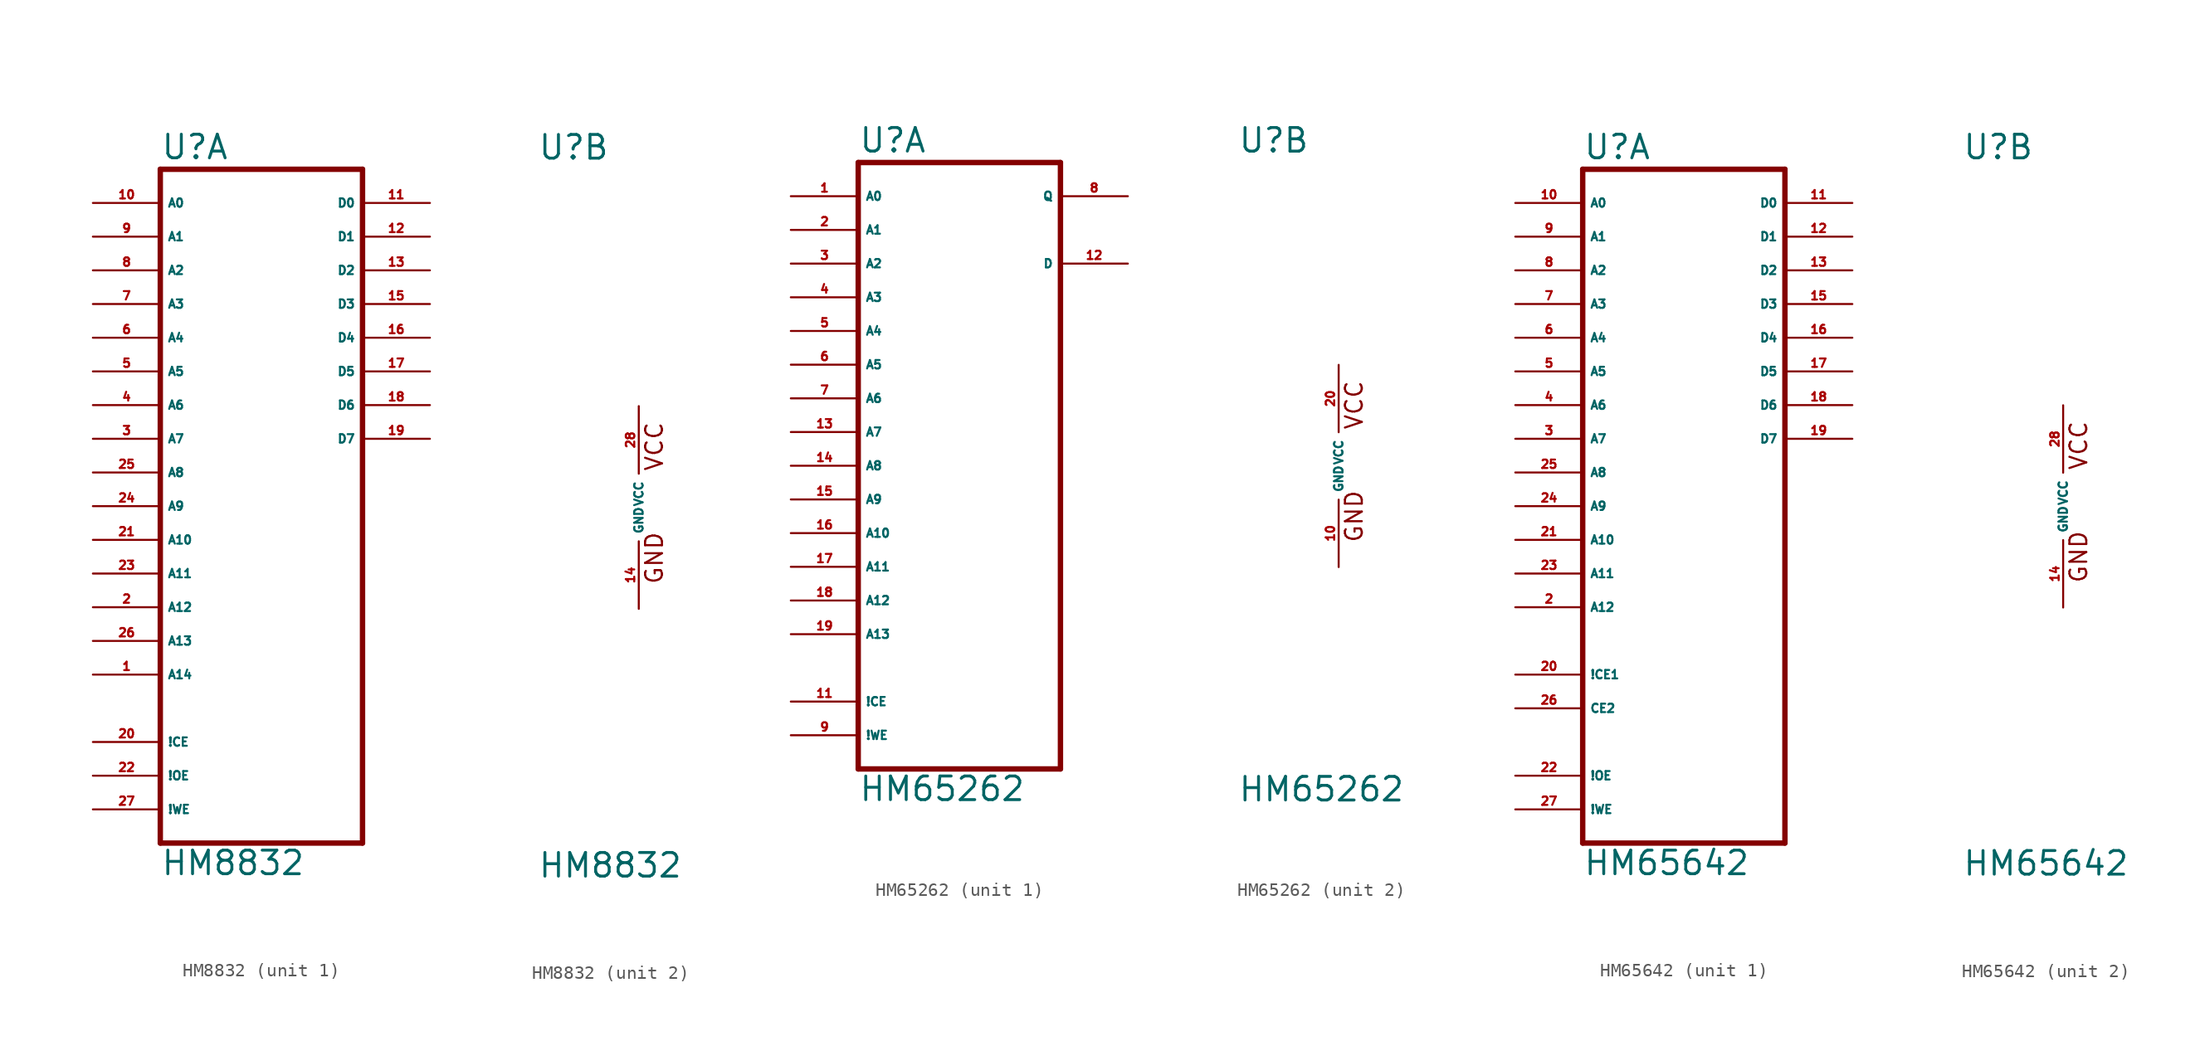
<source format=kicad_sym>
(kicad_symbol_lib
  (version 20220914)
  (generator Eagle2Kicad)
  (symbol "HM8832"
    (property "Reference" "U"
      (at -7.62 26.035 0)
      (effects (font (size 1.778 1.778) (thickness 0.22)) (justify left bottom)))
    (property "Value" "HM8832"
      (at -7.62 -27.94 0)
      (effects (font (size 1.778 1.778) (thickness 0.22)) (justify left bottom)))
    (symbol "HM8832_1_0"
      (polyline (pts (xy -7.62 -25.4) (xy 7.62 -25.4)) (stroke (width 0.406) (type default)) (fill (type none)))
      (polyline (pts (xy 7.62 -25.4) (xy 7.62 25.4)) (stroke (width 0.406) (type default)) (fill (type none)))
      (polyline (pts (xy 7.62 25.4) (xy -7.62 25.4)) (stroke (width 0.406) (type default)) (fill (type none)))
      (polyline (pts (xy -7.62 25.4) (xy -7.62 -25.4)) (stroke (width 0.406) (type default)) (fill (type none)))
      (pin input line (at -12.7 -12.7 0) (length 5.08) (name "A14" (effects (font (size 0.635 0.635) (thickness 0.08)) (justify left bottom))) (number "1" (effects (font (size 0.635 0.635) (thickness 0.08)) (justify left bottom))))
      (pin input line (at -12.7 -7.62 0) (length 5.08) (name "A12" (effects (font (size 0.635 0.635) (thickness 0.08)) (justify left bottom))) (number "2" (effects (font (size 0.635 0.635) (thickness 0.08)) (justify left bottom))))
      (pin input line (at -12.7 5.08 0) (length 5.08) (name "A7" (effects (font (size 0.635 0.635) (thickness 0.08)) (justify left bottom))) (number "3" (effects (font (size 0.635 0.635) (thickness 0.08)) (justify left bottom))))
      (pin input line (at -12.7 7.62 0) (length 5.08) (name "A6" (effects (font (size 0.635 0.635) (thickness 0.08)) (justify left bottom))) (number "4" (effects (font (size 0.635 0.635) (thickness 0.08)) (justify left bottom))))
      (pin input line (at -12.7 10.16 0) (length 5.08) (name "A5" (effects (font (size 0.635 0.635) (thickness 0.08)) (justify left bottom))) (number "5" (effects (font (size 0.635 0.635) (thickness 0.08)) (justify left bottom))))
      (pin input line (at -12.7 12.7 0) (length 5.08) (name "A4" (effects (font (size 0.635 0.635) (thickness 0.08)) (justify left bottom))) (number "6" (effects (font (size 0.635 0.635) (thickness 0.08)) (justify left bottom))))
      (pin input line (at -12.7 15.24 0) (length 5.08) (name "A3" (effects (font (size 0.635 0.635) (thickness 0.08)) (justify left bottom))) (number "7" (effects (font (size 0.635 0.635) (thickness 0.08)) (justify left bottom))))
      (pin input line (at -12.7 17.78 0) (length 5.08) (name "A2" (effects (font (size 0.635 0.635) (thickness 0.08)) (justify left bottom))) (number "8" (effects (font (size 0.635 0.635) (thickness 0.08)) (justify left bottom))))
      (pin input line (at -12.7 20.32 0) (length 5.08) (name "A1" (effects (font (size 0.635 0.635) (thickness 0.08)) (justify left bottom))) (number "9" (effects (font (size 0.635 0.635) (thickness 0.08)) (justify left bottom))))
      (pin input line (at -12.7 22.86 0) (length 5.08) (name "A0" (effects (font (size 0.635 0.635) (thickness 0.08)) (justify left bottom))) (number "10" (effects (font (size 0.635 0.635) (thickness 0.08)) (justify left bottom))))
      (pin bidirectional line (at 12.7 22.86 180) (length 5.08) (name "D0" (effects (font (size 0.635 0.635) (thickness 0.08)) (justify left bottom))) (number "11" (effects (font (size 0.635 0.635) (thickness 0.08)) (justify left bottom))))
      (pin bidirectional line (at 12.7 20.32 180) (length 5.08) (name "D1" (effects (font (size 0.635 0.635) (thickness 0.08)) (justify left bottom))) (number "12" (effects (font (size 0.635 0.635) (thickness 0.08)) (justify left bottom))))
      (pin bidirectional line (at 12.7 17.78 180) (length 5.08) (name "D2" (effects (font (size 0.635 0.635) (thickness 0.08)) (justify left bottom))) (number "13" (effects (font (size 0.635 0.635) (thickness 0.08)) (justify left bottom))))
      (pin bidirectional line (at 12.7 15.24 180) (length 5.08) (name "D3" (effects (font (size 0.635 0.635) (thickness 0.08)) (justify left bottom))) (number "15" (effects (font (size 0.635 0.635) (thickness 0.08)) (justify left bottom))))
      (pin bidirectional line (at 12.7 12.7 180) (length 5.08) (name "D4" (effects (font (size 0.635 0.635) (thickness 0.08)) (justify left bottom))) (number "16" (effects (font (size 0.635 0.635) (thickness 0.08)) (justify left bottom))))
      (pin bidirectional line (at 12.7 10.16 180) (length 5.08) (name "D5" (effects (font (size 0.635 0.635) (thickness 0.08)) (justify left bottom))) (number "17" (effects (font (size 0.635 0.635) (thickness 0.08)) (justify left bottom))))
      (pin bidirectional line (at 12.7 7.62 180) (length 5.08) (name "D6" (effects (font (size 0.635 0.635) (thickness 0.08)) (justify left bottom))) (number "18" (effects (font (size 0.635 0.635) (thickness 0.08)) (justify left bottom))))
      (pin bidirectional line (at 12.7 5.08 180) (length 5.08) (name "D7" (effects (font (size 0.635 0.635) (thickness 0.08)) (justify left bottom))) (number "19" (effects (font (size 0.635 0.635) (thickness 0.08)) (justify left bottom))))
      (pin input line (at -12.7 -17.78 0) (length 5.08) (name "!CE" (effects (font (size 0.635 0.635) (thickness 0.08)) (justify left bottom))) (number "20" (effects (font (size 0.635 0.635) (thickness 0.08)) (justify left bottom))))
      (pin input line (at -12.7 -2.54 0) (length 5.08) (name "A10" (effects (font (size 0.635 0.635) (thickness 0.08)) (justify left bottom))) (number "21" (effects (font (size 0.635 0.635) (thickness 0.08)) (justify left bottom))))
      (pin input line (at -12.7 -20.32 0) (length 5.08) (name "!OE" (effects (font (size 0.635 0.635) (thickness 0.08)) (justify left bottom))) (number "22" (effects (font (size 0.635 0.635) (thickness 0.08)) (justify left bottom))))
      (pin input line (at -12.7 -5.08 0) (length 5.08) (name "A11" (effects (font (size 0.635 0.635) (thickness 0.08)) (justify left bottom))) (number "23" (effects (font (size 0.635 0.635) (thickness 0.08)) (justify left bottom))))
      (pin input line (at -12.7 0 0) (length 5.08) (name "A9" (effects (font (size 0.635 0.635) (thickness 0.08)) (justify left bottom))) (number "24" (effects (font (size 0.635 0.635) (thickness 0.08)) (justify left bottom))))
      (pin input line (at -12.7 2.54 0) (length 5.08) (name "A8" (effects (font (size 0.635 0.635) (thickness 0.08)) (justify left bottom))) (number "25" (effects (font (size 0.635 0.635) (thickness 0.08)) (justify left bottom))))
      (pin input line (at -12.7 -10.16 0) (length 5.08) (name "A13" (effects (font (size 0.635 0.635) (thickness 0.08)) (justify left bottom))) (number "26" (effects (font (size 0.635 0.635) (thickness 0.08)) (justify left bottom))))
      (pin input line (at -12.7 -22.86 0) (length 5.08) (name "!WE" (effects (font (size 0.635 0.635) (thickness 0.08)) (justify left bottom))) (number "27" (effects (font (size 0.635 0.635) (thickness 0.08)) (justify left bottom)))))
    (symbol "HM8832_2_0"
      (text "GND" (at 1.905 -5.842 900) (effects (font (size 1.27 1.27) (thickness 0.16)) (justify left bottom)))
      (text "VCC" (at 1.905 2.667 900) (effects (font (size 1.27 1.27) (thickness 0.16)) (justify left bottom)))
      (pin unspecified line (at 0 -7.62 90) (length 5.08) (name "GND" (effects (font (size 0.635 0.635) (thickness 0.08)) (justify left bottom))) (number "14" (effects (font (size 0.635 0.635) (thickness 0.08)) (justify left bottom))))
      (pin unspecified line (at 0 7.62 270) (length 5.08) (name "VCC" (effects (font (size 0.635 0.635) (thickness 0.08)) (justify left bottom))) (number "28" (effects (font (size 0.635 0.635) (thickness 0.08)) (justify left bottom))))))
  (symbol "HM65262"
    (property "Reference" "U"
      (at -7.62 23.495 0)
      (effects (font (size 1.778 1.778) (thickness 0.22)) (justify left bottom)))
    (property "Value" "HM65262"
      (at -7.62 -25.4 0)
      (effects (font (size 1.778 1.778) (thickness 0.22)) (justify left bottom)))
    (symbol "HM65262_1_0"
      (polyline (pts (xy -7.62 -22.86) (xy 7.62 -22.86)) (stroke (width 0.406) (type default)) (fill (type none)))
      (polyline (pts (xy 7.62 -22.86) (xy 7.62 22.86)) (stroke (width 0.406) (type default)) (fill (type none)))
      (polyline (pts (xy 7.62 22.86) (xy -7.62 22.86)) (stroke (width 0.406) (type default)) (fill (type none)))
      (polyline (pts (xy -7.62 22.86) (xy -7.62 -22.86)) (stroke (width 0.406) (type default)) (fill (type none)))
      (pin input line (at -12.7 20.32 0) (length 5.08) (name "A0" (effects (font (size 0.635 0.635) (thickness 0.08)) (justify left bottom))) (number "1" (effects (font (size 0.635 0.635) (thickness 0.08)) (justify left bottom))))
      (pin input line (at -12.7 17.78 0) (length 5.08) (name "A1" (effects (font (size 0.635 0.635) (thickness 0.08)) (justify left bottom))) (number "2" (effects (font (size 0.635 0.635) (thickness 0.08)) (justify left bottom))))
      (pin input line (at -12.7 15.24 0) (length 5.08) (name "A2" (effects (font (size 0.635 0.635) (thickness 0.08)) (justify left bottom))) (number "3" (effects (font (size 0.635 0.635) (thickness 0.08)) (justify left bottom))))
      (pin input line (at -12.7 12.7 0) (length 5.08) (name "A3" (effects (font (size 0.635 0.635) (thickness 0.08)) (justify left bottom))) (number "4" (effects (font (size 0.635 0.635) (thickness 0.08)) (justify left bottom))))
      (pin input line (at -12.7 10.16 0) (length 5.08) (name "A4" (effects (font (size 0.635 0.635) (thickness 0.08)) (justify left bottom))) (number "5" (effects (font (size 0.635 0.635) (thickness 0.08)) (justify left bottom))))
      (pin input line (at -12.7 7.62 0) (length 5.08) (name "A5" (effects (font (size 0.635 0.635) (thickness 0.08)) (justify left bottom))) (number "6" (effects (font (size 0.635 0.635) (thickness 0.08)) (justify left bottom))))
      (pin input line (at -12.7 5.08 0) (length 5.08) (name "A6" (effects (font (size 0.635 0.635) (thickness 0.08)) (justify left bottom))) (number "7" (effects (font (size 0.635 0.635) (thickness 0.08)) (justify left bottom))))
      (pin tri_state line (at 12.7 20.32 180) (length 5.08) (name "Q" (effects (font (size 0.635 0.635) (thickness 0.08)) (justify left bottom))) (number "8" (effects (font (size 0.635 0.635) (thickness 0.08)) (justify left bottom))))
      (pin input line (at -12.7 -20.32 0) (length 5.08) (name "!WE" (effects (font (size 0.635 0.635) (thickness 0.08)) (justify left bottom))) (number "9" (effects (font (size 0.635 0.635) (thickness 0.08)) (justify left bottom))))
      (pin input line (at -12.7 -17.78 0) (length 5.08) (name "!CE" (effects (font (size 0.635 0.635) (thickness 0.08)) (justify left bottom))) (number "11" (effects (font (size 0.635 0.635) (thickness 0.08)) (justify left bottom))))
      (pin input line (at 12.7 15.24 180) (length 5.08) (name "D" (effects (font (size 0.635 0.635) (thickness 0.08)) (justify left bottom))) (number "12" (effects (font (size 0.635 0.635) (thickness 0.08)) (justify left bottom))))
      (pin input line (at -12.7 2.54 0) (length 5.08) (name "A7" (effects (font (size 0.635 0.635) (thickness 0.08)) (justify left bottom))) (number "13" (effects (font (size 0.635 0.635) (thickness 0.08)) (justify left bottom))))
      (pin input line (at -12.7 0 0) (length 5.08) (name "A8" (effects (font (size 0.635 0.635) (thickness 0.08)) (justify left bottom))) (number "14" (effects (font (size 0.635 0.635) (thickness 0.08)) (justify left bottom))))
      (pin input line (at -12.7 -2.54 0) (length 5.08) (name "A9" (effects (font (size 0.635 0.635) (thickness 0.08)) (justify left bottom))) (number "15" (effects (font (size 0.635 0.635) (thickness 0.08)) (justify left bottom))))
      (pin input line (at -12.7 -5.08 0) (length 5.08) (name "A10" (effects (font (size 0.635 0.635) (thickness 0.08)) (justify left bottom))) (number "16" (effects (font (size 0.635 0.635) (thickness 0.08)) (justify left bottom))))
      (pin input line (at -12.7 -7.62 0) (length 5.08) (name "A11" (effects (font (size 0.635 0.635) (thickness 0.08)) (justify left bottom))) (number "17" (effects (font (size 0.635 0.635) (thickness 0.08)) (justify left bottom))))
      (pin input line (at -12.7 -10.16 0) (length 5.08) (name "A12" (effects (font (size 0.635 0.635) (thickness 0.08)) (justify left bottom))) (number "18" (effects (font (size 0.635 0.635) (thickness 0.08)) (justify left bottom))))
      (pin input line (at -12.7 -12.7 0) (length 5.08) (name "A13" (effects (font (size 0.635 0.635) (thickness 0.08)) (justify left bottom))) (number "19" (effects (font (size 0.635 0.635) (thickness 0.08)) (justify left bottom)))))
    (symbol "HM65262_2_0"
      (text "GND" (at 1.905 -5.842 900) (effects (font (size 1.27 1.27) (thickness 0.16)) (justify left bottom)))
      (text "VCC" (at 1.905 2.667 900) (effects (font (size 1.27 1.27) (thickness 0.16)) (justify left bottom)))
      (pin unspecified line (at 0 -7.62 90) (length 5.08) (name "GND" (effects (font (size 0.635 0.635) (thickness 0.08)) (justify left bottom))) (number "10" (effects (font (size 0.635 0.635) (thickness 0.08)) (justify left bottom))))
      (pin unspecified line (at 0 7.62 270) (length 5.08) (name "VCC" (effects (font (size 0.635 0.635) (thickness 0.08)) (justify left bottom))) (number "20" (effects (font (size 0.635 0.635) (thickness 0.08)) (justify left bottom))))))
  (symbol "HM65642"
    (property "Reference" "U"
      (at -7.62 26.035 0)
      (effects (font (size 1.778 1.778) (thickness 0.22)) (justify left bottom)))
    (property "Value" "HM65642"
      (at -7.62 -27.94 0)
      (effects (font (size 1.778 1.778) (thickness 0.22)) (justify left bottom)))
    (symbol "HM65642_1_0"
      (polyline (pts (xy -7.62 -25.4) (xy 7.62 -25.4)) (stroke (width 0.406) (type default)) (fill (type none)))
      (polyline (pts (xy 7.62 -25.4) (xy 7.62 25.4)) (stroke (width 0.406) (type default)) (fill (type none)))
      (polyline (pts (xy 7.62 25.4) (xy -7.62 25.4)) (stroke (width 0.406) (type default)) (fill (type none)))
      (polyline (pts (xy -7.62 25.4) (xy -7.62 -25.4)) (stroke (width 0.406) (type default)) (fill (type none)))
      (pin input line (at -12.7 -7.62 0) (length 5.08) (name "A12" (effects (font (size 0.635 0.635) (thickness 0.08)) (justify left bottom))) (number "2" (effects (font (size 0.635 0.635) (thickness 0.08)) (justify left bottom))))
      (pin input line (at -12.7 5.08 0) (length 5.08) (name "A7" (effects (font (size 0.635 0.635) (thickness 0.08)) (justify left bottom))) (number "3" (effects (font (size 0.635 0.635) (thickness 0.08)) (justify left bottom))))
      (pin input line (at -12.7 7.62 0) (length 5.08) (name "A6" (effects (font (size 0.635 0.635) (thickness 0.08)) (justify left bottom))) (number "4" (effects (font (size 0.635 0.635) (thickness 0.08)) (justify left bottom))))
      (pin input line (at -12.7 10.16 0) (length 5.08) (name "A5" (effects (font (size 0.635 0.635) (thickness 0.08)) (justify left bottom))) (number "5" (effects (font (size 0.635 0.635) (thickness 0.08)) (justify left bottom))))
      (pin input line (at -12.7 12.7 0) (length 5.08) (name "A4" (effects (font (size 0.635 0.635) (thickness 0.08)) (justify left bottom))) (number "6" (effects (font (size 0.635 0.635) (thickness 0.08)) (justify left bottom))))
      (pin input line (at -12.7 15.24 0) (length 5.08) (name "A3" (effects (font (size 0.635 0.635) (thickness 0.08)) (justify left bottom))) (number "7" (effects (font (size 0.635 0.635) (thickness 0.08)) (justify left bottom))))
      (pin input line (at -12.7 17.78 0) (length 5.08) (name "A2" (effects (font (size 0.635 0.635) (thickness 0.08)) (justify left bottom))) (number "8" (effects (font (size 0.635 0.635) (thickness 0.08)) (justify left bottom))))
      (pin input line (at -12.7 20.32 0) (length 5.08) (name "A1" (effects (font (size 0.635 0.635) (thickness 0.08)) (justify left bottom))) (number "9" (effects (font (size 0.635 0.635) (thickness 0.08)) (justify left bottom))))
      (pin input line (at -12.7 22.86 0) (length 5.08) (name "A0" (effects (font (size 0.635 0.635) (thickness 0.08)) (justify left bottom))) (number "10" (effects (font (size 0.635 0.635) (thickness 0.08)) (justify left bottom))))
      (pin bidirectional line (at 12.7 22.86 180) (length 5.08) (name "D0" (effects (font (size 0.635 0.635) (thickness 0.08)) (justify left bottom))) (number "11" (effects (font (size 0.635 0.635) (thickness 0.08)) (justify left bottom))))
      (pin bidirectional line (at 12.7 20.32 180) (length 5.08) (name "D1" (effects (font (size 0.635 0.635) (thickness 0.08)) (justify left bottom))) (number "12" (effects (font (size 0.635 0.635) (thickness 0.08)) (justify left bottom))))
      (pin bidirectional line (at 12.7 17.78 180) (length 5.08) (name "D2" (effects (font (size 0.635 0.635) (thickness 0.08)) (justify left bottom))) (number "13" (effects (font (size 0.635 0.635) (thickness 0.08)) (justify left bottom))))
      (pin bidirectional line (at 12.7 15.24 180) (length 5.08) (name "D3" (effects (font (size 0.635 0.635) (thickness 0.08)) (justify left bottom))) (number "15" (effects (font (size 0.635 0.635) (thickness 0.08)) (justify left bottom))))
      (pin bidirectional line (at 12.7 12.7 180) (length 5.08) (name "D4" (effects (font (size 0.635 0.635) (thickness 0.08)) (justify left bottom))) (number "16" (effects (font (size 0.635 0.635) (thickness 0.08)) (justify left bottom))))
      (pin bidirectional line (at 12.7 10.16 180) (length 5.08) (name "D5" (effects (font (size 0.635 0.635) (thickness 0.08)) (justify left bottom))) (number "17" (effects (font (size 0.635 0.635) (thickness 0.08)) (justify left bottom))))
      (pin bidirectional line (at 12.7 7.62 180) (length 5.08) (name "D6" (effects (font (size 0.635 0.635) (thickness 0.08)) (justify left bottom))) (number "18" (effects (font (size 0.635 0.635) (thickness 0.08)) (justify left bottom))))
      (pin bidirectional line (at 12.7 5.08 180) (length 5.08) (name "D7" (effects (font (size 0.635 0.635) (thickness 0.08)) (justify left bottom))) (number "19" (effects (font (size 0.635 0.635) (thickness 0.08)) (justify left bottom))))
      (pin input line (at -12.7 -12.7 0) (length 5.08) (name "!CE1" (effects (font (size 0.635 0.635) (thickness 0.08)) (justify left bottom))) (number "20" (effects (font (size 0.635 0.635) (thickness 0.08)) (justify left bottom))))
      (pin input line (at -12.7 -2.54 0) (length 5.08) (name "A10" (effects (font (size 0.635 0.635) (thickness 0.08)) (justify left bottom))) (number "21" (effects (font (size 0.635 0.635) (thickness 0.08)) (justify left bottom))))
      (pin input line (at -12.7 -20.32 0) (length 5.08) (name "!OE" (effects (font (size 0.635 0.635) (thickness 0.08)) (justify left bottom))) (number "22" (effects (font (size 0.635 0.635) (thickness 0.08)) (justify left bottom))))
      (pin input line (at -12.7 -5.08 0) (length 5.08) (name "A11" (effects (font (size 0.635 0.635) (thickness 0.08)) (justify left bottom))) (number "23" (effects (font (size 0.635 0.635) (thickness 0.08)) (justify left bottom))))
      (pin input line (at -12.7 0 0) (length 5.08) (name "A9" (effects (font (size 0.635 0.635) (thickness 0.08)) (justify left bottom))) (number "24" (effects (font (size 0.635 0.635) (thickness 0.08)) (justify left bottom))))
      (pin input line (at -12.7 2.54 0) (length 5.08) (name "A8" (effects (font (size 0.635 0.635) (thickness 0.08)) (justify left bottom))) (number "25" (effects (font (size 0.635 0.635) (thickness 0.08)) (justify left bottom))))
      (pin input line (at -12.7 -15.24 0) (length 5.08) (name "CE2" (effects (font (size 0.635 0.635) (thickness 0.08)) (justify left bottom))) (number "26" (effects (font (size 0.635 0.635) (thickness 0.08)) (justify left bottom))))
      (pin input line (at -12.7 -22.86 0) (length 5.08) (name "!WE" (effects (font (size 0.635 0.635) (thickness 0.08)) (justify left bottom))) (number "27" (effects (font (size 0.635 0.635) (thickness 0.08)) (justify left bottom)))))
    (symbol "HM65642_2_0"
      (text "GND" (at 1.905 -5.842 900) (effects (font (size 1.27 1.27) (thickness 0.16)) (justify left bottom)))
      (text "VCC" (at 1.905 2.667 900) (effects (font (size 1.27 1.27) (thickness 0.16)) (justify left bottom)))
      (pin unspecified line (at 0 -7.62 90) (length 5.08) (name "GND" (effects (font (size 0.635 0.635) (thickness 0.08)) (justify left bottom))) (number "14" (effects (font (size 0.635 0.635) (thickness 0.08)) (justify left bottom))))
      (pin unspecified line (at 0 7.62 270) (length 5.08) (name "VCC" (effects (font (size 0.635 0.635) (thickness 0.08)) (justify left bottom))) (number "28" (effects (font (size 0.635 0.635) (thickness 0.08)) (justify left bottom)))))))
</source>
